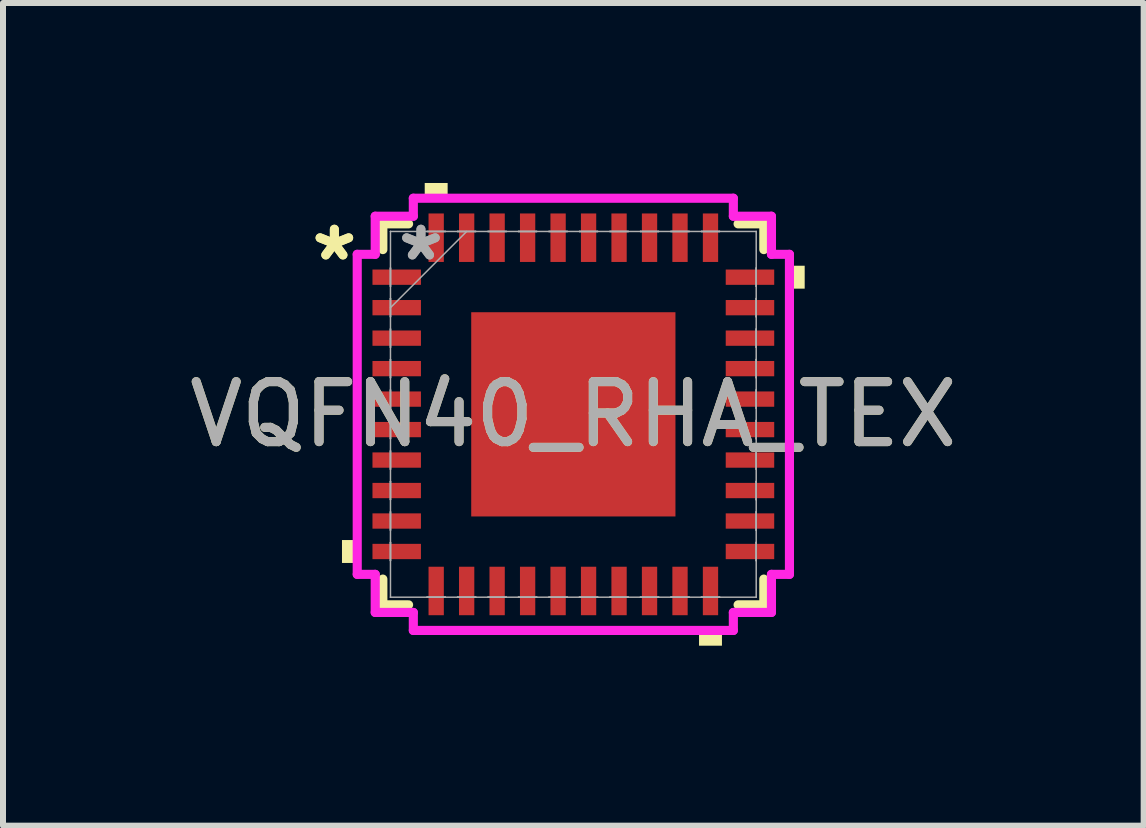
<source format=kicad_pcb>
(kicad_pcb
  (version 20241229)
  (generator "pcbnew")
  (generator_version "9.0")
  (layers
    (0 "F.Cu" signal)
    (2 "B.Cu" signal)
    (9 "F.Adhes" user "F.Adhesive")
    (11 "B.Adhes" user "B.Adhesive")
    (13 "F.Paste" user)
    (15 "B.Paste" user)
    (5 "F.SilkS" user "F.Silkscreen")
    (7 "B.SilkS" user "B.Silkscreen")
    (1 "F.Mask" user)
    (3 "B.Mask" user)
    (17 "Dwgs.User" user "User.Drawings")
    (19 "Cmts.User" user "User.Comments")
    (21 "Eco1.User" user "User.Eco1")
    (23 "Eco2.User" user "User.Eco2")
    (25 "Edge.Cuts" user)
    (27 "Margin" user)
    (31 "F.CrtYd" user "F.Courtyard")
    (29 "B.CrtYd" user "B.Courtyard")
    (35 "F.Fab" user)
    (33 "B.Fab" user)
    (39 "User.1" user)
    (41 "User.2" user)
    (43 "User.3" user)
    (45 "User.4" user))
  (footprint "VQFN40_RHA_TEX"
    (layer "F.Cu")
    (at 6.506 3.856)
    (property "Reference" "VQFN40_RHA_TEX" (at 0 0 0) (unlocked yes) (layer "F.SilkS") (effects (font (size 1 1) (thickness 0.15))))
    (attr smd)
    (fp_line (start -3.175 -3.175) (end -3.175 -2.746) (stroke (width 0.152) (type solid)) (layer "F.SilkS"))
    (fp_line (start -3.175 2.746) (end -3.175 3.175) (stroke (width 0.152) (type solid)) (layer "F.SilkS"))
    (fp_line (start -3.175 3.175) (end -2.746 3.175) (stroke (width 0.152) (type solid)) (layer "F.SilkS"))
    (fp_line (start -2.746 -3.175) (end -3.175 -3.175) (stroke (width 0.152) (type solid)) (layer "F.SilkS"))
    (fp_line (start 2.746 3.175) (end 3.175 3.175) (stroke (width 0.152) (type solid)) (layer "F.SilkS"))
    (fp_line (start 3.175 -3.175) (end 2.746 -3.175) (stroke (width 0.152) (type solid)) (layer "F.SilkS"))
    (fp_line (start 3.175 -2.746) (end 3.175 -3.175) (stroke (width 0.152) (type solid)) (layer "F.SilkS"))
    (fp_line (start 3.175 3.175) (end 3.175 2.746) (stroke (width 0.152) (type solid)) (layer "F.SilkS"))
    (fp_poly (pts (xy -3.856 2.095) (xy -3.856 2.477) (xy -3.602 2.477) (xy -3.602 2.095)) (stroke (width 0) (type solid)) (fill yes) (layer "F.SilkS"))
    (fp_poly (pts (xy -2.477 -3.602) (xy -2.477 -3.856) (xy -2.095 -3.856) (xy -2.095 -3.602)) (stroke (width 0) (type solid)) (fill yes) (layer "F.SilkS"))
    (fp_poly (pts (xy 2.095 3.602) (xy 2.095 3.856) (xy 2.477 3.856) (xy 2.477 3.602)) (stroke (width 0) (type solid)) (fill yes) (layer "F.SilkS"))
    (fp_poly (pts (xy 3.856 -2.477) (xy 3.856 -2.095) (xy 3.602 -2.095) (xy 3.602 -2.477)) (stroke (width 0) (type solid)) (fill yes) (layer "F.SilkS"))
    (fp_poly (pts (xy -1.602 -1.602) (xy -1.602 -0.1) (xy -0.1 -0.1) (xy -0.1 -1.602)) (stroke (width 0) (type solid)) (fill yes) (layer "F.Paste"))
    (fp_poly (pts (xy -1.602 0.1) (xy -1.602 1.602) (xy -0.1 1.602) (xy -0.1 0.1)) (stroke (width 0) (type solid)) (fill yes) (layer "F.Paste"))
    (fp_poly (pts (xy 0.1 -1.602) (xy 0.1 -0.1) (xy 1.602 -0.1) (xy 1.602 -1.602)) (stroke (width 0) (type solid)) (fill yes) (layer "F.Paste"))
    (fp_poly (pts (xy 0.1 0.1) (xy 0.1 1.602) (xy 1.602 1.602) (xy 1.602 0.1)) (stroke (width 0) (type solid)) (fill yes) (layer "F.Paste"))
    (fp_line (start -3.602 -2.667) (end -3.302 -2.667) (stroke (width 0.152) (type solid)) (layer "F.CrtYd"))
    (fp_line (start -3.602 2.667) (end -3.602 -2.667) (stroke (width 0.152) (type solid)) (layer "F.CrtYd"))
    (fp_line (start -3.302 -3.302) (end -2.667 -3.302) (stroke (width 0.152) (type solid)) (layer "F.CrtYd"))
    (fp_line (start -3.302 -2.667) (end -3.302 -3.302) (stroke (width 0.152) (type solid)) (layer "F.CrtYd"))
    (fp_line (start -3.302 2.667) (end -3.602 2.667) (stroke (width 0.152) (type solid)) (layer "F.CrtYd"))
    (fp_line (start -3.302 3.302) (end -3.302 2.667) (stroke (width 0.152) (type solid)) (layer "F.CrtYd"))
    (fp_line (start -2.667 -3.602) (end 2.667 -3.602) (stroke (width 0.152) (type solid)) (layer "F.CrtYd"))
    (fp_line (start -2.667 -3.302) (end -2.667 -3.602) (stroke (width 0.152) (type solid)) (layer "F.CrtYd"))
    (fp_line (start -2.667 3.302) (end -3.302 3.302) (stroke (width 0.152) (type solid)) (layer "F.CrtYd"))
    (fp_line (start -2.667 3.602) (end -2.667 3.302) (stroke (width 0.152) (type solid)) (layer "F.CrtYd"))
    (fp_line (start 2.667 -3.602) (end 2.667 -3.302) (stroke (width 0.152) (type solid)) (layer "F.CrtYd"))
    (fp_line (start 2.667 -3.302) (end 3.302 -3.302) (stroke (width 0.152) (type solid)) (layer "F.CrtYd"))
    (fp_line (start 2.667 3.302) (end 2.667 3.602) (stroke (width 0.152) (type solid)) (layer "F.CrtYd"))
    (fp_line (start 2.667 3.602) (end -2.667 3.602) (stroke (width 0.152) (type solid)) (layer "F.CrtYd"))
    (fp_line (start 3.302 -3.302) (end 3.302 -2.667) (stroke (width 0.152) (type solid)) (layer "F.CrtYd"))
    (fp_line (start 3.302 -2.667) (end 3.602 -2.667) (stroke (width 0.152) (type solid)) (layer "F.CrtYd"))
    (fp_line (start 3.302 2.667) (end 3.302 3.302) (stroke (width 0.152) (type solid)) (layer "F.CrtYd"))
    (fp_line (start 3.302 3.302) (end 2.667 3.302) (stroke (width 0.152) (type solid)) (layer "F.CrtYd"))
    (fp_line (start 3.602 -2.667) (end 3.602 2.667) (stroke (width 0.152) (type solid)) (layer "F.CrtYd"))
    (fp_line (start 3.602 2.667) (end 3.302 2.667) (stroke (width 0.152) (type solid)) (layer "F.CrtYd"))
    (fp_line (start -3.048 -3.048) (end -3.048 -3.048) (stroke (width 0.025) (type solid)) (layer "F.Fab"))
    (fp_line (start -3.048 -3.048) (end -3.048 3.048) (stroke (width 0.025) (type solid)) (layer "F.Fab"))
    (fp_line (start -3.048 -2.438) (end -3.048 -2.438) (stroke (width 0.025) (type solid)) (layer "F.Fab"))
    (fp_line (start -3.048 -2.438) (end -3.048 -2.134) (stroke (width 0.025) (type solid)) (layer "F.Fab"))
    (fp_line (start -3.048 -2.134) (end -3.048 -2.438) (stroke (width 0.025) (type solid)) (layer "F.Fab"))
    (fp_line (start -3.048 -2.134) (end -3.048 -2.134) (stroke (width 0.025) (type solid)) (layer "F.Fab"))
    (fp_line (start -3.048 -1.93) (end -3.048 -1.93) (stroke (width 0.025) (type solid)) (layer "F.Fab"))
    (fp_line (start -3.048 -1.93) (end -3.048 -1.626) (stroke (width 0.025) (type solid)) (layer "F.Fab"))
    (fp_line (start -3.048 -1.778) (end -1.778 -3.048) (stroke (width 0.025) (type solid)) (layer "F.Fab"))
    (fp_line (start -3.048 -1.626) (end -3.048 -1.93) (stroke (width 0.025) (type solid)) (layer "F.Fab"))
    (fp_line (start -3.048 -1.626) (end -3.048 -1.626) (stroke (width 0.025) (type solid)) (layer "F.Fab"))
    (fp_line (start -3.048 -1.422) (end -3.048 -1.422) (stroke (width 0.025) (type solid)) (layer "F.Fab"))
    (fp_line (start -3.048 -1.422) (end -3.048 -1.118) (stroke (width 0.025) (type solid)) (layer "F.Fab"))
    (fp_line (start -3.048 -1.118) (end -3.048 -1.422) (stroke (width 0.025) (type solid)) (layer "F.Fab"))
    (fp_line (start -3.048 -1.118) (end -3.048 -1.118) (stroke (width 0.025) (type solid)) (layer "F.Fab"))
    (fp_line (start -3.048 -0.914) (end -3.048 -0.914) (stroke (width 0.025) (type solid)) (layer "F.Fab"))
    (fp_line (start -3.048 -0.914) (end -3.048 -0.61) (stroke (width 0.025) (type solid)) (layer "F.Fab"))
    (fp_line (start -3.048 -0.61) (end -3.048 -0.914) (stroke (width 0.025) (type solid)) (layer "F.Fab"))
    (fp_line (start -3.048 -0.61) (end -3.048 -0.61) (stroke (width 0.025) (type solid)) (layer "F.Fab"))
    (fp_line (start -3.048 -0.406) (end -3.048 -0.406) (stroke (width 0.025) (type solid)) (layer "F.Fab"))
    (fp_line (start -3.048 -0.406) (end -3.048 -0.102) (stroke (width 0.025) (type solid)) (layer "F.Fab"))
    (fp_line (start -3.048 -0.102) (end -3.048 -0.406) (stroke (width 0.025) (type solid)) (layer "F.Fab"))
    (fp_line (start -3.048 -0.102) (end -3.048 -0.102) (stroke (width 0.025) (type solid)) (layer "F.Fab"))
    (fp_line (start -3.048 0.102) (end -3.048 0.102) (stroke (width 0.025) (type solid)) (layer "F.Fab"))
    (fp_line (start -3.048 0.102) (end -3.048 0.406) (stroke (width 0.025) (type solid)) (layer "F.Fab"))
    (fp_line (start -3.048 0.406) (end -3.048 0.102) (stroke (width 0.025) (type solid)) (layer "F.Fab"))
    (fp_line (start -3.048 0.406) (end -3.048 0.406) (stroke (width 0.025) (type solid)) (layer "F.Fab"))
    (fp_line (start -3.048 0.61) (end -3.048 0.61) (stroke (width 0.025) (type solid)) (layer "F.Fab"))
    (fp_line (start -3.048 0.61) (end -3.048 0.914) (stroke (width 0.025) (type solid)) (layer "F.Fab"))
    (fp_line (start -3.048 0.914) (end -3.048 0.61) (stroke (width 0.025) (type solid)) (layer "F.Fab"))
    (fp_line (start -3.048 0.914) (end -3.048 0.914) (stroke (width 0.025) (type solid)) (layer "F.Fab"))
    (fp_line (start -3.048 1.118) (end -3.048 1.118) (stroke (width 0.025) (type solid)) (layer "F.Fab"))
    (fp_line (start -3.048 1.118) (end -3.048 1.422) (stroke (width 0.025) (type solid)) (layer "F.Fab"))
    (fp_line (start -3.048 1.422) (end -3.048 1.118) (stroke (width 0.025) (type solid)) (layer "F.Fab"))
    (fp_line (start -3.048 1.422) (end -3.048 1.422) (stroke (width 0.025) (type solid)) (layer "F.Fab"))
    (fp_line (start -3.048 1.626) (end -3.048 1.626) (stroke (width 0.025) (type solid)) (layer "F.Fab"))
    (fp_line (start -3.048 1.626) (end -3.048 1.93) (stroke (width 0.025) (type solid)) (layer "F.Fab"))
    (fp_line (start -3.048 1.93) (end -3.048 1.626) (stroke (width 0.025) (type solid)) (layer "F.Fab"))
    (fp_line (start -3.048 1.93) (end -3.048 1.93) (stroke (width 0.025) (type solid)) (layer "F.Fab"))
    (fp_line (start -3.048 2.134) (end -3.048 2.134) (stroke (width 0.025) (type solid)) (layer "F.Fab"))
    (fp_line (start -3.048 2.134) (end -3.048 2.438) (stroke (width 0.025) (type solid)) (layer "F.Fab"))
    (fp_line (start -3.048 2.438) (end -3.048 2.134) (stroke (width 0.025) (type solid)) (layer "F.Fab"))
    (fp_line (start -3.048 2.438) (end -3.048 2.438) (stroke (width 0.025) (type solid)) (layer "F.Fab"))
    (fp_line (start -3.048 3.048) (end -3.048 3.048) (stroke (width 0.025) (type solid)) (layer "F.Fab"))
    (fp_line (start -3.048 3.048) (end 3.048 3.048) (stroke (width 0.025) (type solid)) (layer "F.Fab"))
    (fp_line (start -2.438 -3.048) (end -2.438 -3.048) (stroke (width 0.025) (type solid)) (layer "F.Fab"))
    (fp_line (start -2.438 -3.048) (end -2.134 -3.048) (stroke (width 0.025) (type solid)) (layer "F.Fab"))
    (fp_line (start -2.438 3.048) (end -2.438 3.048) (stroke (width 0.025) (type solid)) (layer "F.Fab"))
    (fp_line (start -2.438 3.048) (end -2.134 3.048) (stroke (width 0.025) (type solid)) (layer "F.Fab"))
    (fp_line (start -2.134 -3.048) (end -2.438 -3.048) (stroke (width 0.025) (type solid)) (layer "F.Fab"))
    (fp_line (start -2.134 -3.048) (end -2.134 -3.048) (stroke (width 0.025) (type solid)) (layer "F.Fab"))
    (fp_line (start -2.134 3.048) (end -2.438 3.048) (stroke (width 0.025) (type solid)) (layer "F.Fab"))
    (fp_line (start -2.134 3.048) (end -2.134 3.048) (stroke (width 0.025) (type solid)) (layer "F.Fab"))
    (fp_line (start -1.93 -3.048) (end -1.93 -3.048) (stroke (width 0.025) (type solid)) (layer "F.Fab"))
    (fp_line (start -1.93 -3.048) (end -1.626 -3.048) (stroke (width 0.025) (type solid)) (layer "F.Fab"))
    (fp_line (start -1.93 3.048) (end -1.93 3.048) (stroke (width 0.025) (type solid)) (layer "F.Fab"))
    (fp_line (start -1.93 3.048) (end -1.626 3.048) (stroke (width 0.025) (type solid)) (layer "F.Fab"))
    (fp_line (start -1.626 -3.048) (end -1.93 -3.048) (stroke (width 0.025) (type solid)) (layer "F.Fab"))
    (fp_line (start -1.626 -3.048) (end -1.626 -3.048) (stroke (width 0.025) (type solid)) (layer "F.Fab"))
    (fp_line (start -1.626 3.048) (end -1.93 3.048) (stroke (width 0.025) (type solid)) (layer "F.Fab"))
    (fp_line (start -1.626 3.048) (end -1.626 3.048) (stroke (width 0.025) (type solid)) (layer "F.Fab"))
    (fp_line (start -1.422 -3.048) (end -1.422 -3.048) (stroke (width 0.025) (type solid)) (layer "F.Fab"))
    (fp_line (start -1.422 -3.048) (end -1.118 -3.048) (stroke (width 0.025) (type solid)) (layer "F.Fab"))
    (fp_line (start -1.422 3.048) (end -1.422 3.048) (stroke (width 0.025) (type solid)) (layer "F.Fab"))
    (fp_line (start -1.422 3.048) (end -1.118 3.048) (stroke (width 0.025) (type solid)) (layer "F.Fab"))
    (fp_line (start -1.118 -3.048) (end -1.422 -3.048) (stroke (width 0.025) (type solid)) (layer "F.Fab"))
    (fp_line (start -1.118 -3.048) (end -1.118 -3.048) (stroke (width 0.025) (type solid)) (layer "F.Fab"))
    (fp_line (start -1.118 3.048) (end -1.422 3.048) (stroke (width 0.025) (type solid)) (layer "F.Fab"))
    (fp_line (start -1.118 3.048) (end -1.118 3.048) (stroke (width 0.025) (type solid)) (layer "F.Fab"))
    (fp_line (start -0.914 -3.048) (end -0.914 -3.048) (stroke (width 0.025) (type solid)) (layer "F.Fab"))
    (fp_line (start -0.914 -3.048) (end -0.61 -3.048) (stroke (width 0.025) (type solid)) (layer "F.Fab"))
    (fp_line (start -0.914 3.048) (end -0.914 3.048) (stroke (width 0.025) (type solid)) (layer "F.Fab"))
    (fp_line (start -0.914 3.048) (end -0.61 3.048) (stroke (width 0.025) (type solid)) (layer "F.Fab"))
    (fp_line (start -0.61 -3.048) (end -0.914 -3.048) (stroke (width 0.025) (type solid)) (layer "F.Fab"))
    (fp_line (start -0.61 -3.048) (end -0.61 -3.048) (stroke (width 0.025) (type solid)) (layer "F.Fab"))
    (fp_line (start -0.61 3.048) (end -0.914 3.048) (stroke (width 0.025) (type solid)) (layer "F.Fab"))
    (fp_line (start -0.61 3.048) (end -0.61 3.048) (stroke (width 0.025) (type solid)) (layer "F.Fab"))
    (fp_line (start -0.406 -3.048) (end -0.406 -3.048) (stroke (width 0.025) (type solid)) (layer "F.Fab"))
    (fp_line (start -0.406 -3.048) (end -0.102 -3.048) (stroke (width 0.025) (type solid)) (layer "F.Fab"))
    (fp_line (start -0.406 3.048) (end -0.406 3.048) (stroke (width 0.025) (type solid)) (layer "F.Fab"))
    (fp_line (start -0.406 3.048) (end -0.102 3.048) (stroke (width 0.025) (type solid)) (layer "F.Fab"))
    (fp_line (start -0.102 -3.048) (end -0.406 -3.048) (stroke (width 0.025) (type solid)) (layer "F.Fab"))
    (fp_line (start -0.102 -3.048) (end -0.102 -3.048) (stroke (width 0.025) (type solid)) (layer "F.Fab"))
    (fp_line (start -0.102 3.048) (end -0.406 3.048) (stroke (width 0.025) (type solid)) (layer "F.Fab"))
    (fp_line (start -0.102 3.048) (end -0.102 3.048) (stroke (width 0.025) (type solid)) (layer "F.Fab"))
    (fp_line (start 0.102 -3.048) (end 0.102 -3.048) (stroke (width 0.025) (type solid)) (layer "F.Fab"))
    (fp_line (start 0.102 -3.048) (end 0.406 -3.048) (stroke (width 0.025) (type solid)) (layer "F.Fab"))
    (fp_line (start 0.102 3.048) (end 0.102 3.048) (stroke (width 0.025) (type solid)) (layer "F.Fab"))
    (fp_line (start 0.102 3.048) (end 0.406 3.048) (stroke (width 0.025) (type solid)) (layer "F.Fab"))
    (fp_line (start 0.406 -3.048) (end 0.102 -3.048) (stroke (width 0.025) (type solid)) (layer "F.Fab"))
    (fp_line (start 0.406 -3.048) (end 0.406 -3.048) (stroke (width 0.025) (type solid)) (layer "F.Fab"))
    (fp_line (start 0.406 3.048) (end 0.102 3.048) (stroke (width 0.025) (type solid)) (layer "F.Fab"))
    (fp_line (start 0.406 3.048) (end 0.406 3.048) (stroke (width 0.025) (type solid)) (layer "F.Fab"))
    (fp_line (start 0.61 -3.048) (end 0.61 -3.048) (stroke (width 0.025) (type solid)) (layer "F.Fab"))
    (fp_line (start 0.61 -3.048) (end 0.914 -3.048) (stroke (width 0.025) (type solid)) (layer "F.Fab"))
    (fp_line (start 0.61 3.048) (end 0.61 3.048) (stroke (width 0.025) (type solid)) (layer "F.Fab"))
    (fp_line (start 0.61 3.048) (end 0.914 3.048) (stroke (width 0.025) (type solid)) (layer "F.Fab"))
    (fp_line (start 0.914 -3.048) (end 0.61 -3.048) (stroke (width 0.025) (type solid)) (layer "F.Fab"))
    (fp_line (start 0.914 -3.048) (end 0.914 -3.048) (stroke (width 0.025) (type solid)) (layer "F.Fab"))
    (fp_line (start 0.914 3.048) (end 0.61 3.048) (stroke (width 0.025) (type solid)) (layer "F.Fab"))
    (fp_line (start 0.914 3.048) (end 0.914 3.048) (stroke (width 0.025) (type solid)) (layer "F.Fab"))
    (fp_line (start 1.118 -3.048) (end 1.118 -3.048) (stroke (width 0.025) (type solid)) (layer "F.Fab"))
    (fp_line (start 1.118 -3.048) (end 1.422 -3.048) (stroke (width 0.025) (type solid)) (layer "F.Fab"))
    (fp_line (start 1.118 3.048) (end 1.118 3.048) (stroke (width 0.025) (type solid)) (layer "F.Fab"))
    (fp_line (start 1.118 3.048) (end 1.422 3.048) (stroke (width 0.025) (type solid)) (layer "F.Fab"))
    (fp_line (start 1.422 -3.048) (end 1.118 -3.048) (stroke (width 0.025) (type solid)) (layer "F.Fab"))
    (fp_line (start 1.422 -3.048) (end 1.422 -3.048) (stroke (width 0.025) (type solid)) (layer "F.Fab"))
    (fp_line (start 1.422 3.048) (end 1.118 3.048) (stroke (width 0.025) (type solid)) (layer "F.Fab"))
    (fp_line (start 1.422 3.048) (end 1.422 3.048) (stroke (width 0.025) (type solid)) (layer "F.Fab"))
    (fp_line (start 1.626 -3.048) (end 1.626 -3.048) (stroke (width 0.025) (type solid)) (layer "F.Fab"))
    (fp_line (start 1.626 -3.048) (end 1.93 -3.048) (stroke (width 0.025) (type solid)) (layer "F.Fab"))
    (fp_line (start 1.626 3.048) (end 1.626 3.048) (stroke (width 0.025) (type solid)) (layer "F.Fab"))
    (fp_line (start 1.626 3.048) (end 1.93 3.048) (stroke (width 0.025) (type solid)) (layer "F.Fab"))
    (fp_line (start 1.93 -3.048) (end 1.626 -3.048) (stroke (width 0.025) (type solid)) (layer "F.Fab"))
    (fp_line (start 1.93 -3.048) (end 1.93 -3.048) (stroke (width 0.025) (type solid)) (layer "F.Fab"))
    (fp_line (start 1.93 3.048) (end 1.626 3.048) (stroke (width 0.025) (type solid)) (layer "F.Fab"))
    (fp_line (start 1.93 3.048) (end 1.93 3.048) (stroke (width 0.025) (type solid)) (layer "F.Fab"))
    (fp_line (start 2.134 -3.048) (end 2.134 -3.048) (stroke (width 0.025) (type solid)) (layer "F.Fab"))
    (fp_line (start 2.134 -3.048) (end 2.438 -3.048) (stroke (width 0.025) (type solid)) (layer "F.Fab"))
    (fp_line (start 2.134 3.048) (end 2.134 3.048) (stroke (width 0.025) (type solid)) (layer "F.Fab"))
    (fp_line (start 2.134 3.048) (end 2.438 3.048) (stroke (width 0.025) (type solid)) (layer "F.Fab"))
    (fp_line (start 2.438 -3.048) (end 2.134 -3.048) (stroke (width 0.025) (type solid)) (layer "F.Fab"))
    (fp_line (start 2.438 -3.048) (end 2.438 -3.048) (stroke (width 0.025) (type solid)) (layer "F.Fab"))
    (fp_line (start 2.438 3.048) (end 2.134 3.048) (stroke (width 0.025) (type solid)) (layer "F.Fab"))
    (fp_line (start 2.438 3.048) (end 2.438 3.048) (stroke (width 0.025) (type solid)) (layer "F.Fab"))
    (fp_line (start 3.048 -3.048) (end -3.048 -3.048) (stroke (width 0.025) (type solid)) (layer "F.Fab"))
    (fp_line (start 3.048 -3.048) (end 3.048 -3.048) (stroke (width 0.025) (type solid)) (layer "F.Fab"))
    (fp_line (start 3.048 -2.438) (end 3.048 -2.438) (stroke (width 0.025) (type solid)) (layer "F.Fab"))
    (fp_line (start 3.048 -2.438) (end 3.048 -2.134) (stroke (width 0.025) (type solid)) (layer "F.Fab"))
    (fp_line (start 3.048 -2.134) (end 3.048 -2.438) (stroke (width 0.025) (type solid)) (layer "F.Fab"))
    (fp_line (start 3.048 -2.134) (end 3.048 -2.134) (stroke (width 0.025) (type solid)) (layer "F.Fab"))
    (fp_line (start 3.048 -1.93) (end 3.048 -1.93) (stroke (width 0.025) (type solid)) (layer "F.Fab"))
    (fp_line (start 3.048 -1.93) (end 3.048 -1.626) (stroke (width 0.025) (type solid)) (layer "F.Fab"))
    (fp_line (start 3.048 -1.626) (end 3.048 -1.93) (stroke (width 0.025) (type solid)) (layer "F.Fab"))
    (fp_line (start 3.048 -1.626) (end 3.048 -1.626) (stroke (width 0.025) (type solid)) (layer "F.Fab"))
    (fp_line (start 3.048 -1.422) (end 3.048 -1.422) (stroke (width 0.025) (type solid)) (layer "F.Fab"))
    (fp_line (start 3.048 -1.422) (end 3.048 -1.118) (stroke (width 0.025) (type solid)) (layer "F.Fab"))
    (fp_line (start 3.048 -1.118) (end 3.048 -1.422) (stroke (width 0.025) (type solid)) (layer "F.Fab"))
    (fp_line (start 3.048 -1.118) (end 3.048 -1.118) (stroke (width 0.025) (type solid)) (layer "F.Fab"))
    (fp_line (start 3.048 -0.914) (end 3.048 -0.914) (stroke (width 0.025) (type solid)) (layer "F.Fab"))
    (fp_line (start 3.048 -0.914) (end 3.048 -0.61) (stroke (width 0.025) (type solid)) (layer "F.Fab"))
    (fp_line (start 3.048 -0.61) (end 3.048 -0.914) (stroke (width 0.025) (type solid)) (layer "F.Fab"))
    (fp_line (start 3.048 -0.61) (end 3.048 -0.61) (stroke (width 0.025) (type solid)) (layer "F.Fab"))
    (fp_line (start 3.048 -0.406) (end 3.048 -0.406) (stroke (width 0.025) (type solid)) (layer "F.Fab"))
    (fp_line (start 3.048 -0.406) (end 3.048 -0.102) (stroke (width 0.025) (type solid)) (layer "F.Fab"))
    (fp_line (start 3.048 -0.102) (end 3.048 -0.406) (stroke (width 0.025) (type solid)) (layer "F.Fab"))
    (fp_line (start 3.048 -0.102) (end 3.048 -0.102) (stroke (width 0.025) (type solid)) (layer "F.Fab"))
    (fp_line (start 3.048 0.102) (end 3.048 0.102) (stroke (width 0.025) (type solid)) (layer "F.Fab"))
    (fp_line (start 3.048 0.102) (end 3.048 0.406) (stroke (width 0.025) (type solid)) (layer "F.Fab"))
    (fp_line (start 3.048 0.406) (end 3.048 0.102) (stroke (width 0.025) (type solid)) (layer "F.Fab"))
    (fp_line (start 3.048 0.406) (end 3.048 0.406) (stroke (width 0.025) (type solid)) (layer "F.Fab"))
    (fp_line (start 3.048 0.61) (end 3.048 0.61) (stroke (width 0.025) (type solid)) (layer "F.Fab"))
    (fp_line (start 3.048 0.61) (end 3.048 0.914) (stroke (width 0.025) (type solid)) (layer "F.Fab"))
    (fp_line (start 3.048 0.914) (end 3.048 0.61) (stroke (width 0.025) (type solid)) (layer "F.Fab"))
    (fp_line (start 3.048 0.914) (end 3.048 0.914) (stroke (width 0.025) (type solid)) (layer "F.Fab"))
    (fp_line (start 3.048 1.118) (end 3.048 1.118) (stroke (width 0.025) (type solid)) (layer "F.Fab"))
    (fp_line (start 3.048 1.118) (end 3.048 1.422) (stroke (width 0.025) (type solid)) (layer "F.Fab"))
    (fp_line (start 3.048 1.422) (end 3.048 1.118) (stroke (width 0.025) (type solid)) (layer "F.Fab"))
    (fp_line (start 3.048 1.422) (end 3.048 1.422) (stroke (width 0.025) (type solid)) (layer "F.Fab"))
    (fp_line (start 3.048 1.626) (end 3.048 1.626) (stroke (width 0.025) (type solid)) (layer "F.Fab"))
    (fp_line (start 3.048 1.626) (end 3.048 1.93) (stroke (width 0.025) (type solid)) (layer "F.Fab"))
    (fp_line (start 3.048 1.93) (end 3.048 1.626) (stroke (width 0.025) (type solid)) (layer "F.Fab"))
    (fp_line (start 3.048 1.93) (end 3.048 1.93) (stroke (width 0.025) (type solid)) (layer "F.Fab"))
    (fp_line (start 3.048 2.134) (end 3.048 2.134) (stroke (width 0.025) (type solid)) (layer "F.Fab"))
    (fp_line (start 3.048 2.134) (end 3.048 2.438) (stroke (width 0.025) (type solid)) (layer "F.Fab"))
    (fp_line (start 3.048 2.438) (end 3.048 2.134) (stroke (width 0.025) (type solid)) (layer "F.Fab"))
    (fp_line (start 3.048 2.438) (end 3.048 2.438) (stroke (width 0.025) (type solid)) (layer "F.Fab"))
    (fp_line (start 3.048 3.048) (end 3.048 -3.048) (stroke (width 0.025) (type solid)) (layer "F.Fab"))
    (fp_line (start 3.048 3.048) (end 3.048 3.048) (stroke (width 0.025) (type solid)) (layer "F.Fab"))
    (fp_text user "*" (at -3.983 -2.54 0) (unlocked yes) (layer "F.SilkS") (effects (font (size 1 1) (thickness 0.15))))
    (fp_text user "*" (at -3.983 -2.54 0) (layer "F.SilkS") (effects (font (size 1 1) (thickness 0.15))))
    (fp_text user "*" (at -2.54 -2.54 0) (unlocked yes) (layer "F.Fab") (effects (font (size 1 1) (thickness 0.15))))
    (fp_text user "${REFERENCE}" (at 0 0 0) (unlocked yes) (layer "F.Fab") (effects (font (size 1 1) (thickness 0.15))))
    (fp_text user "*" (at -2.54 -2.54 0) (layer "F.Fab") (effects (font (size 1 1) (thickness 0.15))))
    (pad "1" smd rect (at -2.944 -2.286 90) (size 0.255 0.808) (layers "F.Cu" "F.Mask" "F.Paste"))
    (pad "2" smd rect (at -2.944 -1.778 90) (size 0.255 0.808) (layers "F.Cu" "F.Mask" "F.Paste"))
    (pad "3" smd rect (at -2.944 -1.27 90) (size 0.255 0.808) (layers "F.Cu" "F.Mask" "F.Paste"))
    (pad "4" smd rect (at -2.944 -0.762 90) (size 0.255 0.808) (layers "F.Cu" "F.Mask" "F.Paste"))
    (pad "5" smd rect (at -2.944 -0.254 90) (size 0.255 0.808) (layers "F.Cu" "F.Mask" "F.Paste"))
    (pad "6" smd rect (at -2.944 0.254 90) (size 0.255 0.808) (layers "F.Cu" "F.Mask" "F.Paste"))
    (pad "7" smd rect (at -2.944 0.762 90) (size 0.255 0.808) (layers "F.Cu" "F.Mask" "F.Paste"))
    (pad "8" smd rect (at -2.944 1.27 90) (size 0.255 0.808) (layers "F.Cu" "F.Mask" "F.Paste"))
    (pad "9" smd rect (at -2.944 1.778 90) (size 0.255 0.808) (layers "F.Cu" "F.Mask" "F.Paste"))
    (pad "10" smd rect (at -2.944 2.286 90) (size 0.255 0.808) (layers "F.Cu" "F.Mask" "F.Paste"))
    (pad "11" smd rect (at -2.286 2.944) (size 0.255 0.808) (layers "F.Cu" "F.Mask" "F.Paste"))
    (pad "12" smd rect (at -1.778 2.944) (size 0.255 0.808) (layers "F.Cu" "F.Mask" "F.Paste"))
    (pad "13" smd rect (at -1.27 2.944) (size 0.255 0.808) (layers "F.Cu" "F.Mask" "F.Paste"))
    (pad "14" smd rect (at -0.762 2.944) (size 0.255 0.808) (layers "F.Cu" "F.Mask" "F.Paste"))
    (pad "15" smd rect (at -0.254 2.944) (size 0.255 0.808) (layers "F.Cu" "F.Mask" "F.Paste"))
    (pad "16" smd rect (at 0.254 2.944) (size 0.255 0.808) (layers "F.Cu" "F.Mask" "F.Paste"))
    (pad "17" smd rect (at 0.762 2.944) (size 0.255 0.808) (layers "F.Cu" "F.Mask" "F.Paste"))
    (pad "18" smd rect (at 1.27 2.944) (size 0.255 0.808) (layers "F.Cu" "F.Mask" "F.Paste"))
    (pad "19" smd rect (at 1.778 2.944) (size 0.255 0.808) (layers "F.Cu" "F.Mask" "F.Paste"))
    (pad "20" smd rect (at 2.286 2.944) (size 0.255 0.808) (layers "F.Cu" "F.Mask" "F.Paste"))
    (pad "21" smd rect (at 2.944 2.286 90) (size 0.255 0.808) (layers "F.Cu" "F.Mask" "F.Paste"))
    (pad "22" smd rect (at 2.944 1.778 90) (size 0.255 0.808) (layers "F.Cu" "F.Mask" "F.Paste"))
    (pad "23" smd rect (at 2.944 1.27 90) (size 0.255 0.808) (layers "F.Cu" "F.Mask" "F.Paste"))
    (pad "24" smd rect (at 2.944 0.762 90) (size 0.255 0.808) (layers "F.Cu" "F.Mask" "F.Paste"))
    (pad "25" smd rect (at 2.944 0.254 90) (size 0.255 0.808) (layers "F.Cu" "F.Mask" "F.Paste"))
    (pad "26" smd rect (at 2.944 -0.254 90) (size 0.255 0.808) (layers "F.Cu" "F.Mask" "F.Paste"))
    (pad "27" smd rect (at 2.944 -0.762 90) (size 0.255 0.808) (layers "F.Cu" "F.Mask" "F.Paste"))
    (pad "28" smd rect (at 2.944 -1.27 90) (size 0.255 0.808) (layers "F.Cu" "F.Mask" "F.Paste"))
    (pad "29" smd rect (at 2.944 -1.778 90) (size 0.255 0.808) (layers "F.Cu" "F.Mask" "F.Paste"))
    (pad "30" smd rect (at 2.944 -2.286 90) (size 0.255 0.808) (layers "F.Cu" "F.Mask" "F.Paste"))
    (pad "31" smd rect (at 2.286 -2.944) (size 0.255 0.808) (layers "F.Cu" "F.Mask" "F.Paste"))
    (pad "32" smd rect (at 1.778 -2.944) (size 0.255 0.808) (layers "F.Cu" "F.Mask" "F.Paste"))
    (pad "33" smd rect (at 1.27 -2.944) (size 0.255 0.808) (layers "F.Cu" "F.Mask" "F.Paste"))
    (pad "34" smd rect (at 0.762 -2.944) (size 0.255 0.808) (layers "F.Cu" "F.Mask" "F.Paste"))
    (pad "35" smd rect (at 0.254 -2.944) (size 0.255 0.808) (layers "F.Cu" "F.Mask" "F.Paste"))
    (pad "36" smd rect (at -0.254 -2.944) (size 0.255 0.808) (layers "F.Cu" "F.Mask" "F.Paste"))
    (pad "37" smd rect (at -0.762 -2.944) (size 0.255 0.808) (layers "F.Cu" "F.Mask" "F.Paste"))
    (pad "38" smd rect (at -1.27 -2.944) (size 0.255 0.808) (layers "F.Cu" "F.Mask" "F.Paste"))
    (pad "39" smd rect (at -1.778 -2.944) (size 0.255 0.808) (layers "F.Cu" "F.Mask" "F.Paste"))
    (pad "40" smd rect (at -2.286 -2.944) (size 0.255 0.808) (layers "F.Cu" "F.Mask" "F.Paste"))
    (pad "41" smd rect (at 0 0) (size 3.404 3.404) (layers "F.Cu" "F.Mask" "F.Paste")))
  (gr_rect
    (start -3 -3)
    (end 16.012 10.712)
    (stroke (width 0.1) (type default))
    (fill no)
    (layer "Edge.Cuts")))
</source>
